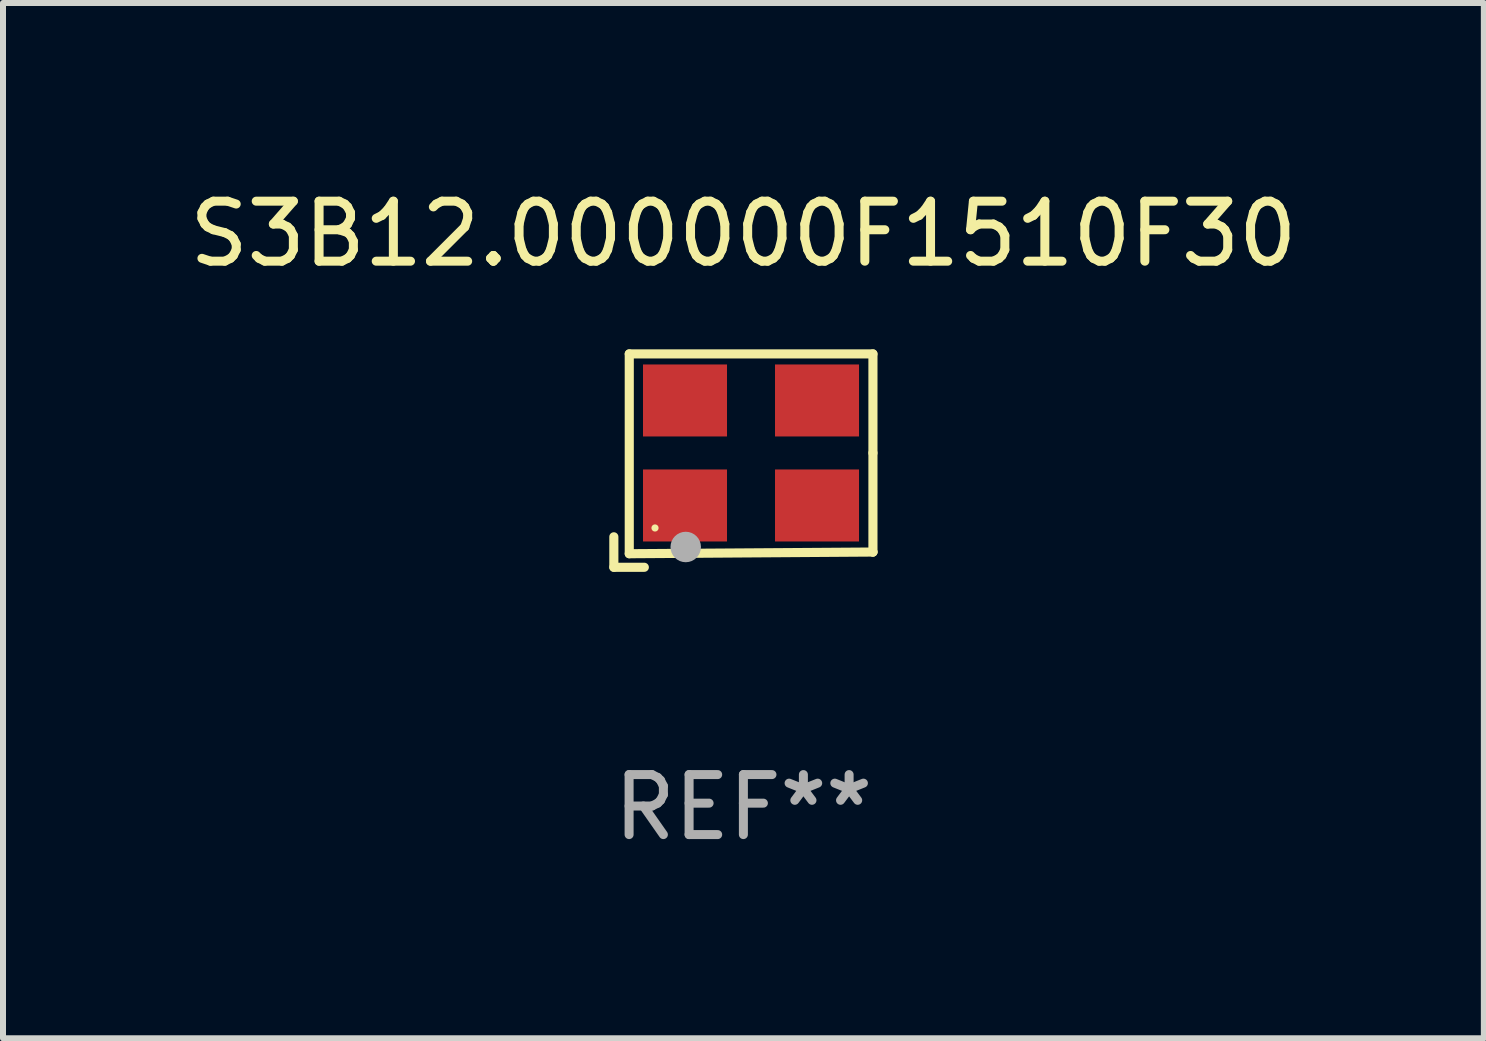
<source format=kicad_pcb>
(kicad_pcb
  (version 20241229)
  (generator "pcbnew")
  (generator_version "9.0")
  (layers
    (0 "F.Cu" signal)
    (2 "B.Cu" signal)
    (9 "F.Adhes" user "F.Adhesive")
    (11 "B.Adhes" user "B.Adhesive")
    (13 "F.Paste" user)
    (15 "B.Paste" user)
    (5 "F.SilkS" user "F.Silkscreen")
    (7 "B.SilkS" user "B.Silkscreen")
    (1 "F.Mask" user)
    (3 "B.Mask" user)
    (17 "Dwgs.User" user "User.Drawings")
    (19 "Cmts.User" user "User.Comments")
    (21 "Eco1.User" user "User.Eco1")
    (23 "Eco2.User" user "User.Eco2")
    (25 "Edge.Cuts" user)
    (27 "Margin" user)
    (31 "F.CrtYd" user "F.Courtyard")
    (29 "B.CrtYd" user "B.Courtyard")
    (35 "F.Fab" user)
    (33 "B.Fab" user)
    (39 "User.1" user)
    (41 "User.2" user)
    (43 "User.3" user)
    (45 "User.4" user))
  (footprint "S3B12.000000F1510F30"
    (layer "F.Cu")
    (at 9.339 4.626)
    (property "Reference" "S3B12.000000F1510F30" (at 0 -3.778 0) (layer "F.SilkS") (effects (font (size 1 1) (thickness 0.15))))
    (attr through_hole)
    (fp_line (start -2.159 1.27) (end -2.159 1.778) (stroke (width 0.152) (type solid)) (layer "F.SilkS"))
    (fp_line (start -2.159 1.778) (end -1.651 1.778) (stroke (width 0.152) (type solid)) (layer "F.SilkS"))
    (fp_line (start -1.902 -1.778) (end 2.159 -1.778) (stroke (width 0.152) (type solid)) (layer "F.SilkS"))
    (fp_line (start -1.902 1.552) (end -1.902 -1.778) (stroke (width 0.152) (type solid)) (layer "F.SilkS"))
    (fp_line (start 2.159 -1.778) (end 2.159 -0.127) (stroke (width 0.152) (type solid)) (layer "F.SilkS"))
    (fp_line (start 2.159 -0.127) (end 2.159 1.524) (stroke (width 0.152) (type solid)) (layer "F.SilkS"))
    (fp_line (start 2.159 1.524) (end -1.902 1.552) (stroke (width 0.152) (type solid)) (layer "F.SilkS"))
    (fp_line (start 2.159 1.524) (end 2.159 1.524) (stroke (width 0.152) (type solid)) (layer "F.SilkS"))
    (fp_circle (center -1.473 1.123) (end -1.443 1.123) (stroke (width 0.06) (type solid)) (fill no) (layer "F.SilkS"))
    (fp_circle (center -0.961 1.44) (end -0.834 1.44) (stroke (width 0.254) (type solid)) (fill no) (layer "F.Fab"))
    (fp_text user "REF**" (at 0 5.778 0) (layer "F.Fab") (effects (font (size 1 1) (thickness 0.15))))
    (pad "1" smd rect (at -0.973 0.748) (size 1.4 1.2) (layers "F.Cu" "F.Mask" "F.Paste"))
    (pad "2" smd rect (at 1.227 0.748) (size 1.4 1.2) (layers "F.Cu" "F.Mask" "F.Paste"))
    (pad "3" smd rect (at 1.227 -1.002) (size 1.4 1.2) (layers "F.Cu" "F.Mask" "F.Paste"))
    (pad "4" smd rect (at -0.973 -1.002) (size 1.4 1.2) (layers "F.Cu" "F.Mask" "F.Paste")))
  (gr_rect
    (start -3 -3)
    (end 21.679 14.253)
    (stroke (width 0.1) (type default))
    (fill no)
    (layer "Edge.Cuts")))
</source>
